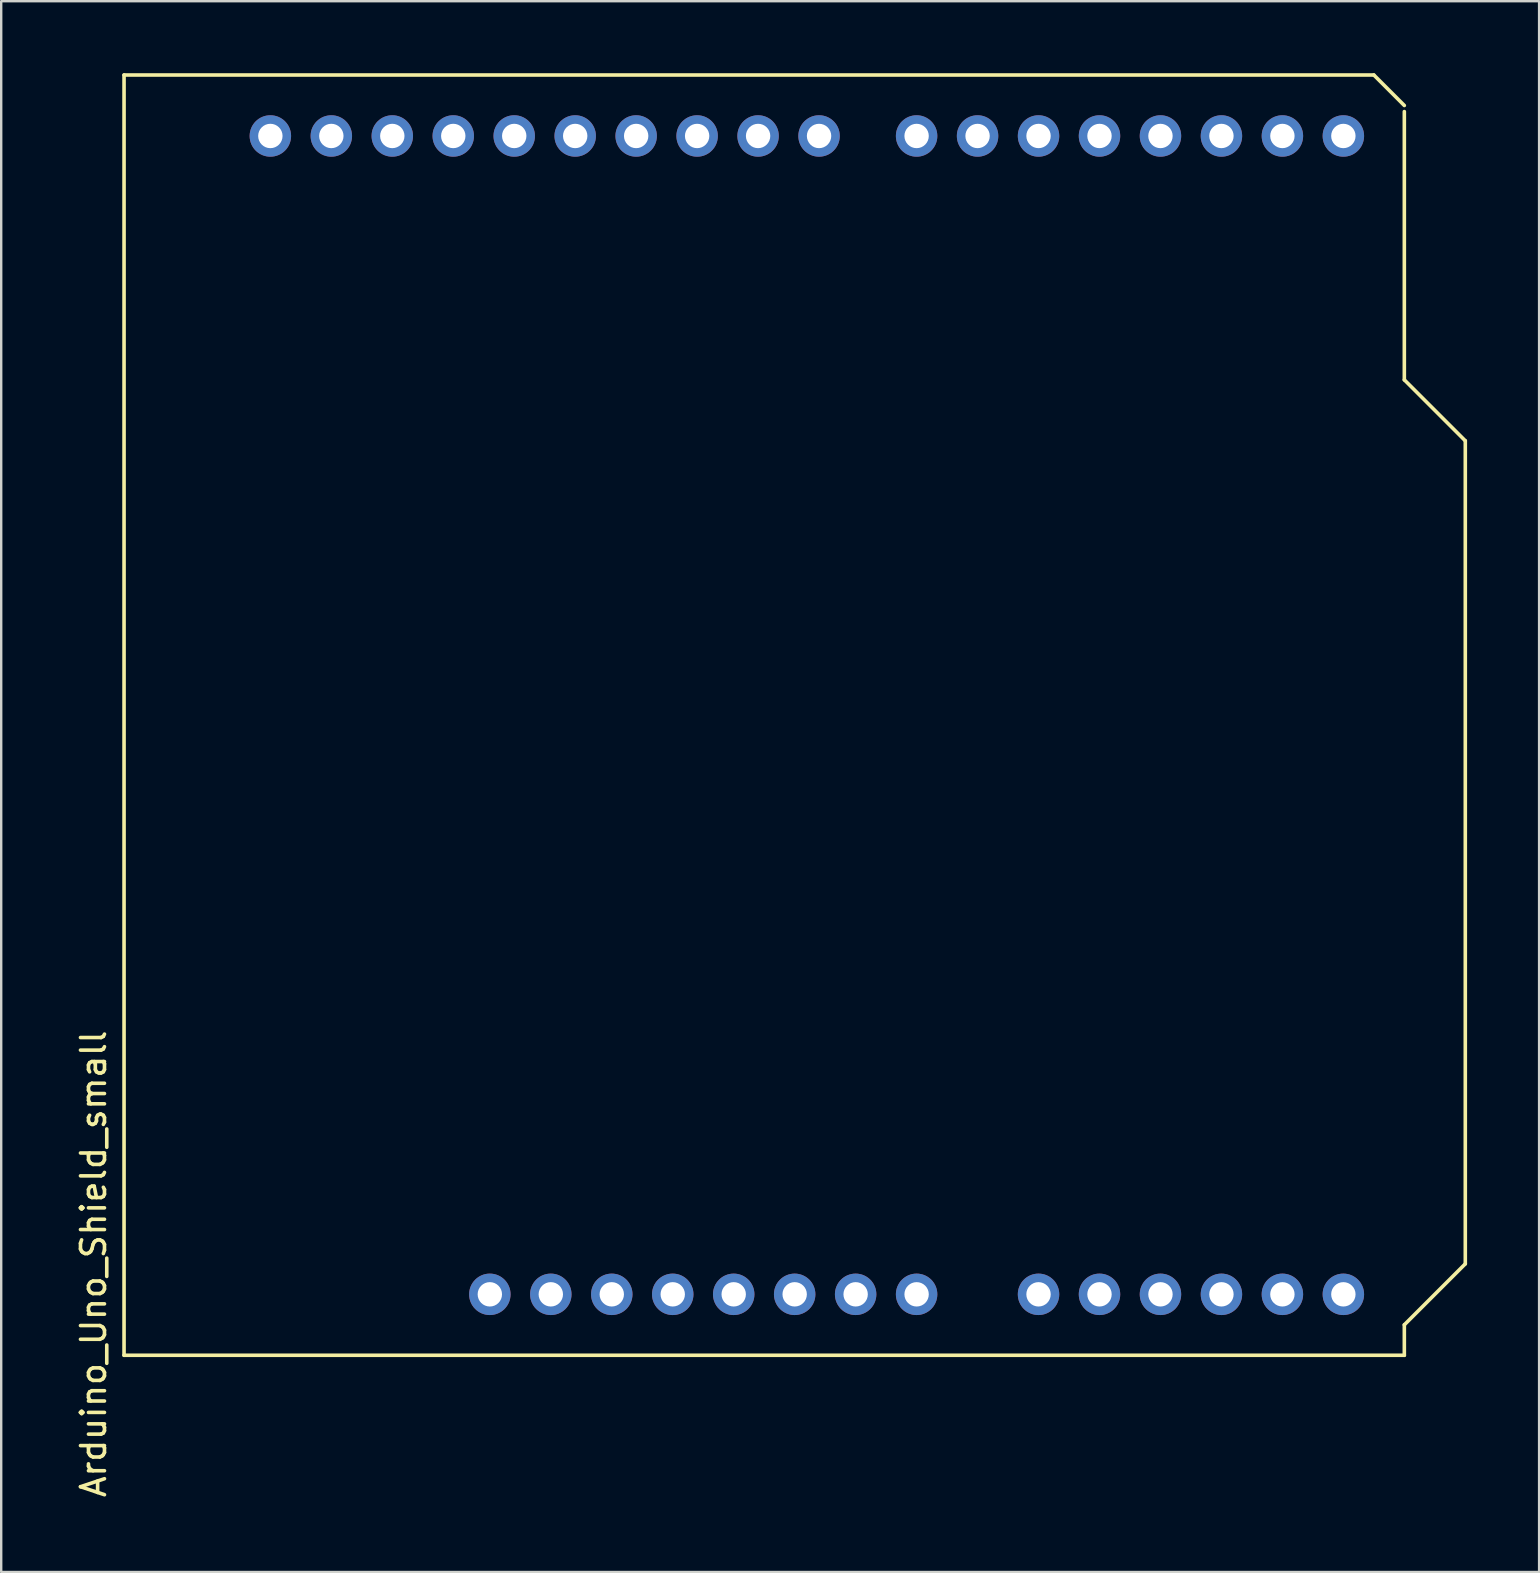
<source format=kicad_pcb>
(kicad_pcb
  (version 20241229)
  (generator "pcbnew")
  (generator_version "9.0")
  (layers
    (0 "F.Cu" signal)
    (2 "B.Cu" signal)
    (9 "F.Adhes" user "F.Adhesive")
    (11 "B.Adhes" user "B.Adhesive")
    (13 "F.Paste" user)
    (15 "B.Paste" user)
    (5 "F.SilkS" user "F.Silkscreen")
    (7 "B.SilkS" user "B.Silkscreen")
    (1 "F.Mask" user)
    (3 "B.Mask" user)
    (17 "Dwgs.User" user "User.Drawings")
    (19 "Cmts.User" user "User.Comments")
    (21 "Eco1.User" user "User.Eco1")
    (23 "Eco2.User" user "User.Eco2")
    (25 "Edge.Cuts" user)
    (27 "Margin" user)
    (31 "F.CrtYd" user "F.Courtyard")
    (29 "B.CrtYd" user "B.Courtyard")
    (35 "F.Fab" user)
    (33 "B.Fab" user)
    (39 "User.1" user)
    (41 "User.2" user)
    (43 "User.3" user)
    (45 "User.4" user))
  (footprint "Arduino_Uno_Shield_small"
    (layer "F.Cu")
    (at 28.788 26.745)
    (property "Reference" "Arduino_Uno_Shield_small" (at -27.94 22.86 90) (layer "F.SilkS") (effects (font (size 1 1) (thickness 0.15))))
    (attr through_hole)
    (fp_line (start -26.67 -26.67) (end 25.4 -26.67) (stroke (width 0.15) (type solid)) (layer "F.SilkS"))
    (fp_line (start -26.67 26.67) (end -26.67 -26.67) (stroke (width 0.15) (type solid)) (layer "F.SilkS"))
    (fp_line (start -26.67 26.67) (end 26.67 26.67) (stroke (width 0.15) (type solid)) (layer "F.SilkS"))
    (fp_line (start 25.4 -26.67) (end 26.67 -25.4) (stroke (width 0.15) (type solid)) (layer "F.SilkS"))
    (fp_line (start 26.67 -13.97) (end 26.67 -25.146) (stroke (width 0.15) (type solid)) (layer "F.SilkS"))
    (fp_line (start 26.67 25.4) (end 29.21 22.86) (stroke (width 0.15) (type solid)) (layer "F.SilkS"))
    (fp_line (start 26.67 26.67) (end 26.67 25.4) (stroke (width 0.15) (type solid)) (layer "F.SilkS"))
    (fp_line (start 29.21 -11.43) (end 26.67 -13.97) (stroke (width 0.15) (type solid)) (layer "F.SilkS"))
    (fp_line (start 29.21 22.86) (end 29.21 -11.43) (stroke (width 0.15) (type solid)) (layer "F.SilkS"))
    (pad "" thru_hole oval (at -11.43 24.13) (size 1.727 1.727) (drill 1.016) (layers "*.Cu" "*.Mask"))
    (pad "3V3" thru_hole oval (at -3.81 24.13) (size 1.727 1.727) (drill 1.016) (layers "*.Cu" "*.Mask"))
    (pad "5V1" thru_hole oval (at -1.27 24.13) (size 1.727 1.727) (drill 1.016) (layers "*.Cu" "*.Mask"))
    (pad "A0" thru_hole oval (at 11.43 24.13) (size 1.727 1.727) (drill 1.016) (layers "*.Cu" "*.Mask"))
    (pad "A1" thru_hole oval (at 13.97 24.13) (size 1.727 1.727) (drill 1.016) (layers "*.Cu" "*.Mask"))
    (pad "A2" thru_hole oval (at 16.51 24.13) (size 1.727 1.727) (drill 1.016) (layers "*.Cu" "*.Mask"))
    (pad "A3" thru_hole oval (at 19.05 24.13) (size 1.727 1.727) (drill 1.016) (layers "*.Cu" "*.Mask"))
    (pad "A4" thru_hole oval (at 21.59 24.13) (size 1.727 1.727) (drill 1.016) (layers "*.Cu" "*.Mask"))
    (pad "A5" thru_hole oval (at 24.13 24.13) (size 1.727 1.727) (drill 1.016) (layers "*.Cu" "*.Mask"))
    (pad "AREF" thru_hole oval (at -15.494 -24.13) (size 1.727 1.727) (drill 1.016) (layers "*.Cu" "*.Mask"))
    (pad "D0" thru_hole oval (at 24.13 -24.13) (size 1.727 1.727) (drill 1.016) (layers "*.Cu" "*.Mask"))
    (pad "D1" thru_hole oval (at 21.59 -24.13) (size 1.727 1.727) (drill 1.016) (layers "*.Cu" "*.Mask"))
    (pad "D2" thru_hole oval (at 19.05 -24.13) (size 1.727 1.727) (drill 1.016) (layers "*.Cu" "*.Mask"))
    (pad "D3" thru_hole oval (at 16.51 -24.13) (size 1.727 1.727) (drill 1.016) (layers "*.Cu" "*.Mask"))
    (pad "D4" thru_hole oval (at 13.97 -24.13) (size 1.727 1.727) (drill 1.016) (layers "*.Cu" "*.Mask"))
    (pad "D5" thru_hole oval (at 11.43 -24.13) (size 1.727 1.727) (drill 1.016) (layers "*.Cu" "*.Mask"))
    (pad "D6" thru_hole oval (at 8.89 -24.13) (size 1.727 1.727) (drill 1.016) (layers "*.Cu" "*.Mask"))
    (pad "D7" thru_hole oval (at 6.35 -24.13) (size 1.727 1.727) (drill 1.016) (layers "*.Cu" "*.Mask"))
    (pad "D8" thru_hole oval (at 2.286 -24.13) (size 1.727 1.727) (drill 1.016) (layers "*.Cu" "*.Mask"))
    (pad "D9" thru_hole oval (at -0.254 -24.13) (size 1.727 1.727) (drill 1.016) (layers "*.Cu" "*.Mask"))
    (pad "D10" thru_hole oval (at -2.794 -24.13) (size 1.727 1.727) (drill 1.016) (layers "*.Cu" "*.Mask"))
    (pad "D11" thru_hole oval (at -5.334 -24.13) (size 1.727 1.727) (drill 1.016) (layers "*.Cu" "*.Mask"))
    (pad "D12" thru_hole oval (at -7.874 -24.13) (size 1.727 1.727) (drill 1.016) (layers "*.Cu" "*.Mask"))
    (pad "D13" thru_hole oval (at -10.414 -24.13) (size 1.727 1.727) (drill 1.016) (layers "*.Cu" "*.Mask"))
    (pad "GND1" thru_hole oval (at -12.954 -24.13) (size 1.727 1.727) (drill 1.016) (layers "*.Cu" "*.Mask"))
    (pad "GND2" thru_hole oval (at 1.27 24.13) (size 1.727 1.727) (drill 1.016) (layers "*.Cu" "*.Mask"))
    (pad "GND3" thru_hole oval (at 3.81 24.13) (size 1.727 1.727) (drill 1.016) (layers "*.Cu" "*.Mask"))
    (pad "IORF" thru_hole oval (at -8.89 24.13) (size 1.727 1.727) (drill 1.016) (layers "*.Cu" "*.Mask"))
    (pad "RST1" thru_hole oval (at -6.35 24.13) (size 1.727 1.727) (drill 1.016) (layers "*.Cu" "*.Mask"))
    (pad "SCL" thru_hole oval (at -20.574 -24.13) (size 1.727 1.727) (drill 1.016) (layers "*.Cu" "*.Mask"))
    (pad "SDA" thru_hole oval (at -18.034 -24.13) (size 1.727 1.727) (drill 1.016) (layers "*.Cu" "*.Mask"))
    (pad "VIN" thru_hole oval (at 6.35 24.13) (size 1.727 1.727) (drill 1.016) (layers "*.Cu" "*.Mask")))
  (gr_rect
    (start -3 -3)
    (end 61.073 62.444)
    (stroke (width 0.1) (type default))
    (fill no)
    (layer "Edge.Cuts")))
</source>
